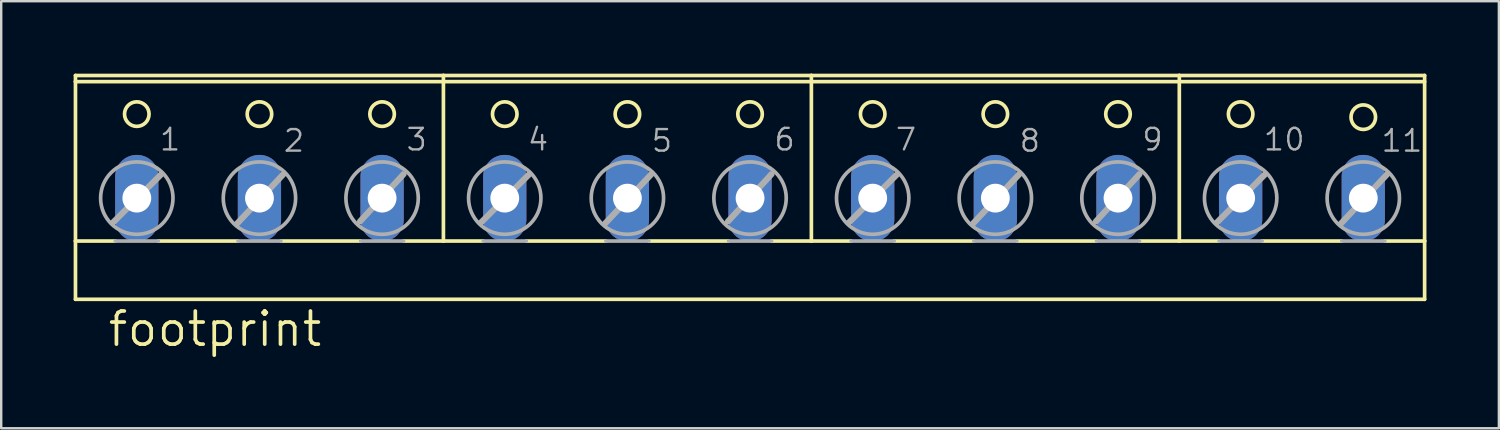
<source format=kicad_pcb>
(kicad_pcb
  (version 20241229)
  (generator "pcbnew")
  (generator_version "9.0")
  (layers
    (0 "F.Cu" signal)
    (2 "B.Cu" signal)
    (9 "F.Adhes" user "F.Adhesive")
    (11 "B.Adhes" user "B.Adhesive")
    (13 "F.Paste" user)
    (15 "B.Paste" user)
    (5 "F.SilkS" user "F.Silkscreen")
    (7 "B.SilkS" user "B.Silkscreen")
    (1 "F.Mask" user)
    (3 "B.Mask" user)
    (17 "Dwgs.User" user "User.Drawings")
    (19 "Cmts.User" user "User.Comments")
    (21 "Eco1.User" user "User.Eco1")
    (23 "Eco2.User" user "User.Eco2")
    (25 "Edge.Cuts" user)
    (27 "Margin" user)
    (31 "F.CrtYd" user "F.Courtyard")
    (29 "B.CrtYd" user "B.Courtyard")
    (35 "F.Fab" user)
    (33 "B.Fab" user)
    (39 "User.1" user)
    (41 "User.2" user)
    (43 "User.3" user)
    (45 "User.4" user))
  (footprint "footprint"
    (layer "F.Cu")
    (at 28.016 4.521)
    (property "Reference" "footprint" (at -26.67 6.858 0) (layer "F.SilkS") (effects (font (size 1.372 1.372) (thickness 0.152)) (justify left bottom)))
    (fp_line (start -27.94 -4.445) (end -12.7 -4.445) (stroke (width 0.152) (type solid)) (layer "F.SilkS"))
    (fp_line (start -27.94 -4.191) (end -27.94 -4.445) (stroke (width 0.152) (type solid)) (layer "F.SilkS"))
    (fp_line (start -27.94 -4.191) (end -27.94 2.413) (stroke (width 0.152) (type solid)) (layer "F.SilkS"))
    (fp_line (start -27.94 -4.191) (end 27.94 -4.191) (stroke (width 0.152) (type solid)) (layer "F.SilkS"))
    (fp_line (start -27.94 2.413) (end -27.94 4.826) (stroke (width 0.152) (type solid)) (layer "F.SilkS"))
    (fp_line (start -27.94 2.413) (end -26.289 2.413) (stroke (width 0.152) (type solid)) (layer "F.SilkS"))
    (fp_line (start -24.511 2.413) (end -21.209 2.413) (stroke (width 0.152) (type solid)) (layer "F.SilkS"))
    (fp_line (start -19.431 2.413) (end -16.129 2.413) (stroke (width 0.152) (type solid)) (layer "F.SilkS"))
    (fp_line (start -14.351 2.413) (end -12.7 2.413) (stroke (width 0.152) (type solid)) (layer "F.SilkS"))
    (fp_line (start -12.7 -4.445) (end -12.7 2.413) (stroke (width 0.152) (type solid)) (layer "F.SilkS"))
    (fp_line (start -12.7 -4.445) (end 2.54 -4.445) (stroke (width 0.152) (type solid)) (layer "F.SilkS"))
    (fp_line (start -12.7 2.413) (end -11.049 2.413) (stroke (width 0.152) (type solid)) (layer "F.SilkS"))
    (fp_line (start -9.271 2.413) (end -5.969 2.413) (stroke (width 0.152) (type solid)) (layer "F.SilkS"))
    (fp_line (start -4.191 2.413) (end -0.889 2.413) (stroke (width 0.152) (type solid)) (layer "F.SilkS"))
    (fp_line (start 0.889 2.413) (end 2.54 2.413) (stroke (width 0.152) (type solid)) (layer "F.SilkS"))
    (fp_line (start 2.54 -4.445) (end 17.78 -4.445) (stroke (width 0.152) (type solid)) (layer "F.SilkS"))
    (fp_line (start 2.54 2.413) (end 2.54 -4.445) (stroke (width 0.152) (type solid)) (layer "F.SilkS"))
    (fp_line (start 2.54 2.413) (end 4.191 2.413) (stroke (width 0.152) (type solid)) (layer "F.SilkS"))
    (fp_line (start 5.969 2.413) (end 9.271 2.413) (stroke (width 0.152) (type solid)) (layer "F.SilkS"))
    (fp_line (start 11.049 2.413) (end 14.351 2.413) (stroke (width 0.152) (type solid)) (layer "F.SilkS"))
    (fp_line (start 16.129 2.413) (end 17.78 2.413) (stroke (width 0.152) (type solid)) (layer "F.SilkS"))
    (fp_line (start 17.78 -4.445) (end 27.94 -4.445) (stroke (width 0.152) (type solid)) (layer "F.SilkS"))
    (fp_line (start 17.78 2.413) (end 17.78 -4.445) (stroke (width 0.152) (type solid)) (layer "F.SilkS"))
    (fp_line (start 17.78 2.413) (end 19.431 2.413) (stroke (width 0.152) (type solid)) (layer "F.SilkS"))
    (fp_line (start 21.209 2.413) (end 24.511 2.413) (stroke (width 0.152) (type solid)) (layer "F.SilkS"))
    (fp_line (start 26.289 2.413) (end 27.94 2.413) (stroke (width 0.152) (type solid)) (layer "F.SilkS"))
    (fp_line (start 27.94 2.413) (end 27.94 -4.445) (stroke (width 0.152) (type solid)) (layer "F.SilkS"))
    (fp_line (start 27.94 4.826) (end -27.94 4.826) (stroke (width 0.152) (type solid)) (layer "F.SilkS"))
    (fp_line (start 27.94 4.826) (end 27.94 2.413) (stroke (width 0.152) (type solid)) (layer "F.SilkS"))
    (fp_circle (center -25.4 -2.845) (end -24.892 -2.845) (stroke (width 0.152) (type solid)) (fill no) (layer "F.SilkS"))
    (fp_circle (center -20.32 -2.845) (end -19.812 -2.845) (stroke (width 0.152) (type solid)) (fill no) (layer "F.SilkS"))
    (fp_circle (center -15.24 -2.845) (end -14.732 -2.845) (stroke (width 0.152) (type solid)) (fill no) (layer "F.SilkS"))
    (fp_circle (center -10.16 -2.845) (end -9.652 -2.845) (stroke (width 0.152) (type solid)) (fill no) (layer "F.SilkS"))
    (fp_circle (center -5.08 -2.845) (end -4.572 -2.845) (stroke (width 0.152) (type solid)) (fill no) (layer "F.SilkS"))
    (fp_circle (center 0 -2.845) (end 0.508 -2.845) (stroke (width 0.152) (type solid)) (fill no) (layer "F.SilkS"))
    (fp_circle (center 5.08 -2.845) (end 5.588 -2.845) (stroke (width 0.152) (type solid)) (fill no) (layer "F.SilkS"))
    (fp_circle (center 10.16 -2.845) (end 10.668 -2.845) (stroke (width 0.152) (type solid)) (fill no) (layer "F.SilkS"))
    (fp_circle (center 15.24 -2.845) (end 15.748 -2.845) (stroke (width 0.152) (type solid)) (fill no) (layer "F.SilkS"))
    (fp_circle (center 20.32 -2.845) (end 20.828 -2.845) (stroke (width 0.152) (type solid)) (fill no) (layer "F.SilkS"))
    (fp_circle (center 25.4 -2.718) (end 25.908 -2.718) (stroke (width 0.152) (type solid)) (fill no) (layer "F.SilkS"))
    (fp_line (start -26.391 1.651) (end -24.384 -0.356) (stroke (width 0.254) (type solid)) (layer "F.Fab"))
    (fp_line (start -26.289 2.413) (end -24.511 2.413) (stroke (width 0.152) (type solid)) (layer "F.Fab"))
    (fp_line (start -21.234 1.676) (end -19.329 -0.356) (stroke (width 0.254) (type solid)) (layer "F.Fab"))
    (fp_line (start -21.209 2.413) (end -19.431 2.413) (stroke (width 0.152) (type solid)) (layer "F.Fab"))
    (fp_line (start -16.154 1.6) (end -14.351 -0.356) (stroke (width 0.254) (type solid)) (layer "F.Fab"))
    (fp_line (start -16.129 2.413) (end -14.351 2.413) (stroke (width 0.152) (type solid)) (layer "F.Fab"))
    (fp_line (start -11.151 1.651) (end -9.144 -0.356) (stroke (width 0.254) (type solid)) (layer "F.Fab"))
    (fp_line (start -11.049 2.413) (end -9.271 2.413) (stroke (width 0.152) (type solid)) (layer "F.Fab"))
    (fp_line (start -5.994 1.676) (end -4.089 -0.356) (stroke (width 0.254) (type solid)) (layer "F.Fab"))
    (fp_line (start -5.969 2.413) (end -4.191 2.413) (stroke (width 0.152) (type solid)) (layer "F.Fab"))
    (fp_line (start -0.914 1.6) (end 0.889 -0.356) (stroke (width 0.254) (type solid)) (layer "F.Fab"))
    (fp_line (start -0.889 2.413) (end 0.889 2.413) (stroke (width 0.152) (type solid)) (layer "F.Fab"))
    (fp_line (start 4.089 1.651) (end 6.096 -0.356) (stroke (width 0.254) (type solid)) (layer "F.Fab"))
    (fp_line (start 4.191 2.413) (end 5.969 2.413) (stroke (width 0.152) (type solid)) (layer "F.Fab"))
    (fp_line (start 9.246 1.676) (end 11.151 -0.356) (stroke (width 0.254) (type solid)) (layer "F.Fab"))
    (fp_line (start 9.271 2.413) (end 11.049 2.413) (stroke (width 0.152) (type solid)) (layer "F.Fab"))
    (fp_line (start 14.326 1.6) (end 16.129 -0.356) (stroke (width 0.254) (type solid)) (layer "F.Fab"))
    (fp_line (start 14.351 2.413) (end 16.129 2.413) (stroke (width 0.152) (type solid)) (layer "F.Fab"))
    (fp_line (start 19.329 1.651) (end 21.336 -0.356) (stroke (width 0.254) (type solid)) (layer "F.Fab"))
    (fp_line (start 19.431 2.413) (end 21.209 2.413) (stroke (width 0.152) (type solid)) (layer "F.Fab"))
    (fp_line (start 24.486 1.676) (end 26.391 -0.356) (stroke (width 0.254) (type solid)) (layer "F.Fab"))
    (fp_line (start 24.511 2.413) (end 26.289 2.413) (stroke (width 0.152) (type solid)) (layer "F.Fab"))
    (fp_circle (center -25.4 0.635) (end -23.901 0.635) (stroke (width 0.152) (type solid)) (fill no) (layer "F.Fab"))
    (fp_circle (center -20.32 0.635) (end -18.821 0.635) (stroke (width 0.152) (type solid)) (fill no) (layer "F.Fab"))
    (fp_circle (center -15.24 0.635) (end -13.741 0.635) (stroke (width 0.152) (type solid)) (fill no) (layer "F.Fab"))
    (fp_circle (center -10.16 0.635) (end -8.661 0.635) (stroke (width 0.152) (type solid)) (fill no) (layer "F.Fab"))
    (fp_circle (center -5.08 0.635) (end -3.581 0.635) (stroke (width 0.152) (type solid)) (fill no) (layer "F.Fab"))
    (fp_circle (center 0 0.635) (end 1.499 0.635) (stroke (width 0.152) (type solid)) (fill no) (layer "F.Fab"))
    (fp_circle (center 5.08 0.635) (end 6.579 0.635) (stroke (width 0.152) (type solid)) (fill no) (layer "F.Fab"))
    (fp_circle (center 10.16 0.635) (end 11.659 0.635) (stroke (width 0.152) (type solid)) (fill no) (layer "F.Fab"))
    (fp_circle (center 15.24 0.635) (end 16.739 0.635) (stroke (width 0.152) (type solid)) (fill no) (layer "F.Fab"))
    (fp_circle (center 20.32 0.635) (end 21.819 0.635) (stroke (width 0.152) (type solid)) (fill no) (layer "F.Fab"))
    (fp_circle (center 25.4 0.635) (end 26.899 0.635) (stroke (width 0.152) (type solid)) (fill no) (layer "F.Fab"))
    (fp_text user "4" (at -9.271 -1.27 0) (layer "F.Fab") (effects (font (size 0.892 0.892) (thickness 0.099)) (justify left bottom)))
    (fp_text user "1" (at -24.511 -1.27 0) (layer "F.Fab") (effects (font (size 0.892 0.892) (thickness 0.099)) (justify left bottom)))
    (fp_text user "2" (at -19.38 -1.219 0) (layer "F.Fab") (effects (font (size 0.892 0.892) (thickness 0.099)) (justify left bottom)))
    (fp_text user "6" (at 0.94 -1.27 0) (layer "F.Fab") (effects (font (size 0.892 0.892) (thickness 0.099)) (justify left bottom)))
    (fp_text user "10" (at 21.209 -1.27 0) (layer "F.Fab") (effects (font (size 0.892 0.892) (thickness 0.099)) (justify left bottom)))
    (fp_text user "9" (at 16.18 -1.27 0) (layer "F.Fab") (effects (font (size 0.892 0.892) (thickness 0.099)) (justify left bottom)))
    (fp_text user "11" (at 26.086 -1.219 0) (layer "F.Fab") (effects (font (size 0.892 0.892) (thickness 0.099)) (justify left bottom)))
    (fp_text user "5" (at -4.14 -1.219 0) (layer "F.Fab") (effects (font (size 0.892 0.892) (thickness 0.099)) (justify left bottom)))
    (fp_text user "7" (at 5.969 -1.27 0) (layer "F.Fab") (effects (font (size 0.892 0.892) (thickness 0.099)) (justify left bottom)))
    (fp_text user "3" (at -14.3 -1.27 0) (layer "F.Fab") (effects (font (size 0.892 0.892) (thickness 0.099)) (justify left bottom)))
    (fp_text user "8" (at 11.1 -1.219 0) (layer "F.Fab") (effects (font (size 0.892 0.892) (thickness 0.099)) (justify left bottom)))
    (pad "1" thru_hole oval (at -25.4 0.635 90) (size 3.581 1.791) (drill 1.194) (layers "*.Cu" "*.Mask"))
    (pad "2" thru_hole oval (at -20.32 0.635 90) (size 3.581 1.791) (drill 1.194) (layers "*.Cu" "*.Mask"))
    (pad "3" thru_hole oval (at -15.24 0.635 90) (size 3.581 1.791) (drill 1.194) (layers "*.Cu" "*.Mask"))
    (pad "4" thru_hole oval (at -10.16 0.635 90) (size 3.581 1.791) (drill 1.194) (layers "*.Cu" "*.Mask"))
    (pad "5" thru_hole oval (at -5.08 0.635 90) (size 3.581 1.791) (drill 1.194) (layers "*.Cu" "*.Mask"))
    (pad "6" thru_hole oval (at 0 0.635 90) (size 3.581 1.791) (drill 1.194) (layers "*.Cu" "*.Mask"))
    (pad "7" thru_hole oval (at 5.08 0.635 90) (size 3.581 1.791) (drill 1.194) (layers "*.Cu" "*.Mask"))
    (pad "8" thru_hole oval (at 10.16 0.635 90) (size 3.581 1.791) (drill 1.194) (layers "*.Cu" "*.Mask"))
    (pad "9" thru_hole oval (at 15.24 0.635 90) (size 3.581 1.791) (drill 1.194) (layers "*.Cu" "*.Mask"))
    (pad "10" thru_hole oval (at 20.32 0.635 90) (size 3.581 1.791) (drill 1.194) (layers "*.Cu" "*.Mask"))
    (pad "11" thru_hole oval (at 25.4 0.635 90) (size 3.581 1.791) (drill 1.194) (layers "*.Cu" "*.Mask")))
  (gr_rect
    (start -3 -3)
    (end 59.032 14.69)
    (stroke (width 0.1) (type default))
    (fill no)
    (layer "Edge.Cuts")))
</source>
